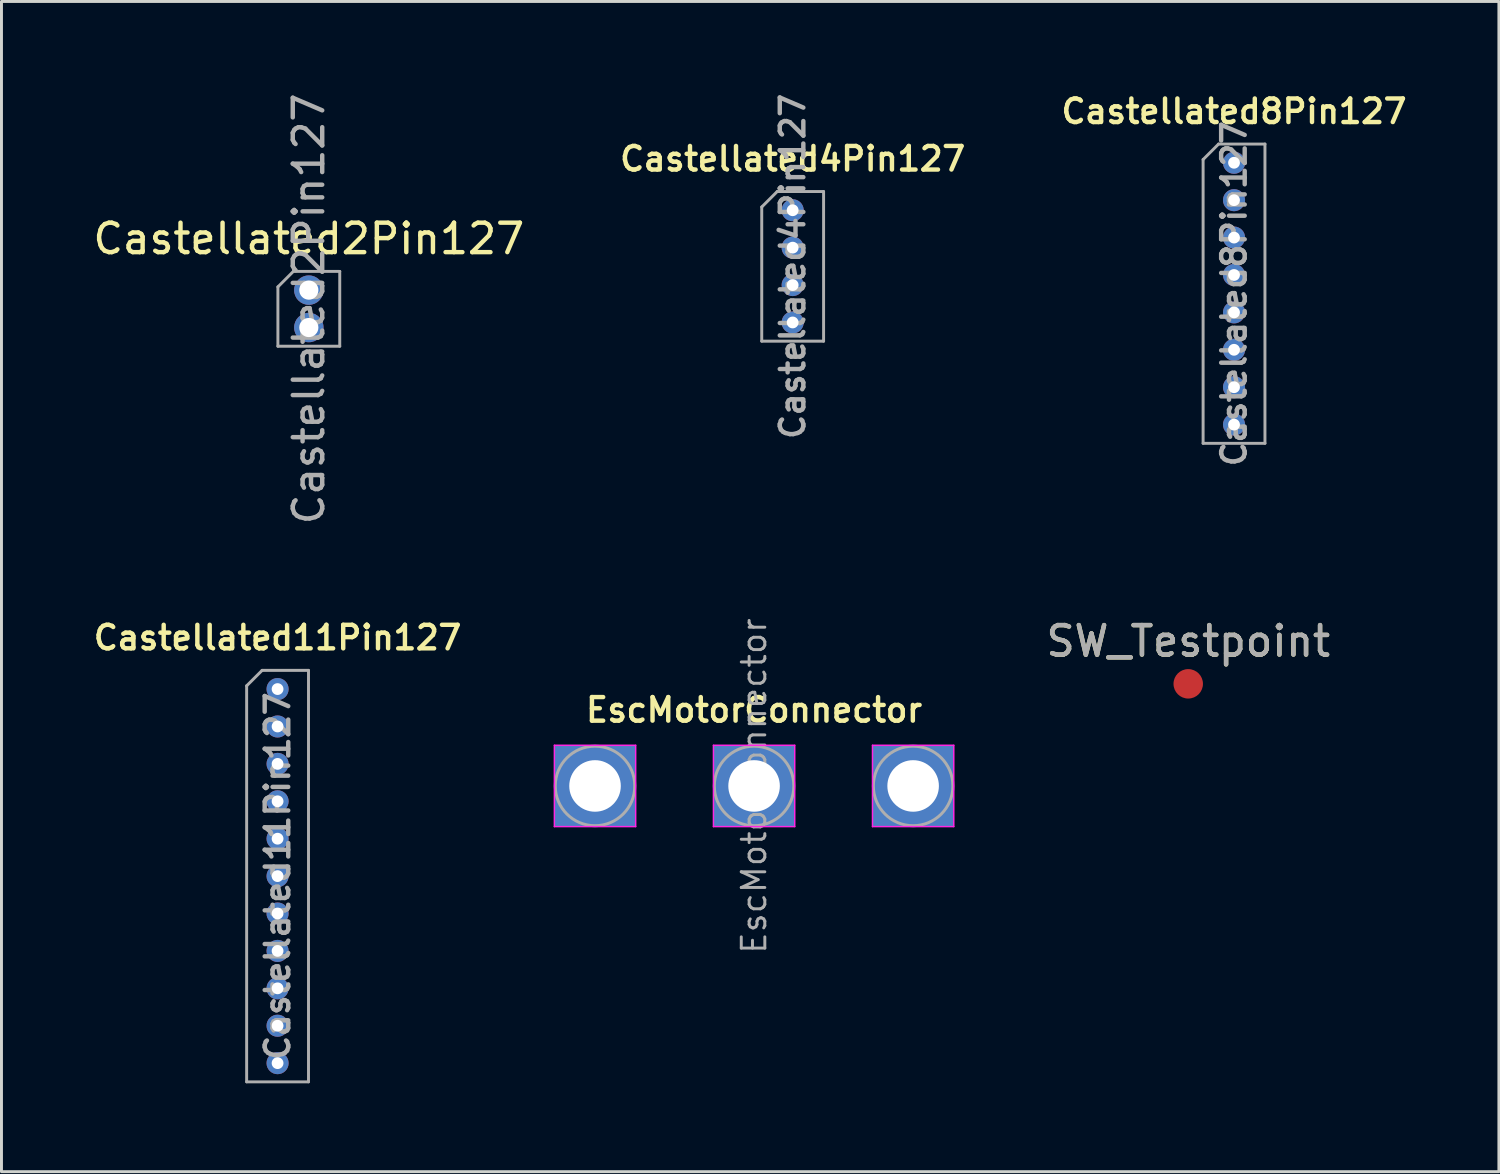
<source format=kicad_pcb>
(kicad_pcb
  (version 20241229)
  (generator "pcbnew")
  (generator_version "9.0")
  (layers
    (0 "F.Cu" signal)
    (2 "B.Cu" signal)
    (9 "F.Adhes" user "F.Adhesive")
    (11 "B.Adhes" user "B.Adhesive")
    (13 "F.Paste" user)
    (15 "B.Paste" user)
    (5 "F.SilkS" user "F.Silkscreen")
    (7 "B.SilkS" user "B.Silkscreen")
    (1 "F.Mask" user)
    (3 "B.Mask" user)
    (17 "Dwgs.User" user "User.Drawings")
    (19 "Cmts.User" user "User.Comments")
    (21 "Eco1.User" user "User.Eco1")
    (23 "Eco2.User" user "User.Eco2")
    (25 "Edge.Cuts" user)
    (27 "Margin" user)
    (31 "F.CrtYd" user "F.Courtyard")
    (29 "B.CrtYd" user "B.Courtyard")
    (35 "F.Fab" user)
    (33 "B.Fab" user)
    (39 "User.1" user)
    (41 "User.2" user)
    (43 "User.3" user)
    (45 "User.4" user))
  (footprint "SW_Testpoint"
    (layer "F.Cu")
    (at 37.292 20.167)
    (property "Reference" "SW_Testpoint" (at 0 -1.448 0) (layer "F.SilkS") (effects (font (size 1 1) (thickness 0.15))))
    (attr exclude_from_pos_files)
    (fp_text user "${REFERENCE}" (at 0 -1.45 0) (layer "F.Fab") (effects (font (size 1 1) (thickness 0.15))))
    (pad "1" smd circle (at 0 0) (size 1 1) (layers "F.Cu" "F.Mask")))
  (footprint "Castellated11Pin127"
    (layer "F.Cu")
    (at 6.374 20.345)
    (property "Reference" "Castellated11Pin127" (at 0 -1.745 0) (layer "F.SilkS") (effects (font (size 0.8 0.8) (thickness 0.15))))
    (attr through_hole exclude_from_pos_files exclude_from_bom)
    (fp_line (start -1.05 -0.11) (end -0.525 -0.635) (stroke (width 0.1) (type solid)) (layer "F.Fab"))
    (fp_line (start -1.05 13.335) (end -1.05 -0.11) (stroke (width 0.1) (type solid)) (layer "F.Fab"))
    (fp_line (start -0.525 -0.635) (end 1.05 -0.635) (stroke (width 0.1) (type solid)) (layer "F.Fab"))
    (fp_line (start 1.05 -0.635) (end 1.05 13.335) (stroke (width 0.1) (type solid)) (layer "F.Fab"))
    (fp_line (start 1.05 13.335) (end -1.05 13.335) (stroke (width 0.1) (type solid)) (layer "F.Fab"))
    (fp_text user "${REFERENCE}" (at 0 6.35 90) (layer "F.Fab") (effects (font (size 0.8 0.8) (thickness 0.15))))
    (pad "1" thru_hole circle (at 0 0) (size 0.75 0.75) (drill 0.4) (property pad_prop_castellated) (layers "*.Cu" "*.Mask"))
    (pad "2" thru_hole circle (at 0 1.27) (size 0.75 0.75) (drill 0.4) (property pad_prop_castellated) (layers "*.Cu" "*.Mask"))
    (pad "3" thru_hole circle (at 0 2.54) (size 0.75 0.75) (drill 0.4) (property pad_prop_castellated) (layers "*.Cu" "*.Mask"))
    (pad "4" thru_hole circle (at 0 3.81) (size 0.75 0.75) (drill 0.4) (property pad_prop_castellated) (layers "*.Cu" "*.Mask"))
    (pad "5" thru_hole circle (at 0 5.08) (size 0.75 0.75) (drill 0.4) (property pad_prop_castellated) (layers "*.Cu" "*.Mask"))
    (pad "6" thru_hole circle (at 0 6.35) (size 0.75 0.75) (drill 0.4) (property pad_prop_castellated) (layers "*.Cu" "*.Mask"))
    (pad "7" thru_hole circle (at 0 7.62) (size 0.75 0.75) (drill 0.4) (property pad_prop_castellated) (layers "*.Cu" "*.Mask"))
    (pad "8" thru_hole circle (at 0 8.89) (size 0.75 0.75) (drill 0.4) (property pad_prop_castellated) (layers "*.Cu" "*.Mask"))
    (pad "9" thru_hole circle (at 0 10.16) (size 0.75 0.75) (drill 0.4) (property pad_prop_castellated) (layers "*.Cu" "*.Mask"))
    (pad "10" thru_hole circle (at 0 11.43) (size 0.75 0.75) (drill 0.4) (property pad_prop_castellated) (layers "*.Cu" "*.Mask"))
    (pad "11" thru_hole circle (at 0 12.7) (size 0.75 0.75) (drill 0.4) (property pad_prop_castellated) (layers "*.Cu" "*.Mask")))
  (footprint "Castellated2Pin127"
    (layer "F.Cu")
    (at 7.435 6.8)
    (property "Reference" "Castellated2Pin127" (at 0 -1.745 180) (layer "F.SilkS") (effects (font (size 1 1) (thickness 0.15))))
    (attr through_hole)
    (fp_line (start -1.05 -0.11) (end -0.525 -0.635) (stroke (width 0.1) (type solid)) (layer "F.Fab"))
    (fp_line (start -1.05 1.905) (end -1.05 -0.11) (stroke (width 0.1) (type solid)) (layer "F.Fab"))
    (fp_line (start -0.525 -0.635) (end 1.05 -0.635) (stroke (width 0.1) (type solid)) (layer "F.Fab"))
    (fp_line (start 1.05 -0.635) (end 1.05 1.905) (stroke (width 0.1) (type solid)) (layer "F.Fab"))
    (fp_line (start 1.05 1.905) (end -1.05 1.905) (stroke (width 0.1) (type solid)) (layer "F.Fab"))
    (fp_text user "${REFERENCE}" (at 0 0.635 90) (layer "F.Fab") (effects (font (size 1 1) (thickness 0.15))))
    (pad "1" thru_hole circle (at 0 0) (size 1 1) (drill 0.65) (property pad_prop_castellated) (layers "*.Cu" "*.Mask"))
    (pad "2" thru_hole circle (at 0 1.27) (size 1 1) (drill 0.65) (property pad_prop_castellated) (layers "*.Cu" "*.Mask")))
  (footprint "Castellated4Pin127"
    (layer "F.Cu")
    (at 23.862 4.088)
    (property "Reference" "Castellated4Pin127" (at 0 -1.745 180) (layer "F.SilkS") (effects (font (size 0.8 0.8) (thickness 0.15))))
    (attr through_hole exclude_from_pos_files exclude_from_bom)
    (fp_line (start -1.05 -0.11) (end -0.525 -0.635) (stroke (width 0.1) (type solid)) (layer "F.Fab"))
    (fp_line (start -1.05 4.445) (end -1.05 -0.11) (stroke (width 0.1) (type solid)) (layer "F.Fab"))
    (fp_line (start -0.525 -0.635) (end 1.05 -0.635) (stroke (width 0.1) (type solid)) (layer "F.Fab"))
    (fp_line (start 1.05 -0.635) (end 1.05 4.445) (stroke (width 0.1) (type solid)) (layer "F.Fab"))
    (fp_line (start 1.05 4.445) (end -1.05 4.445) (stroke (width 0.1) (type solid)) (layer "F.Fab"))
    (fp_text user "${REFERENCE}" (at 0 1.905 90) (layer "F.Fab") (effects (font (size 0.8 0.8) (thickness 0.15))))
    (pad "1" thru_hole circle (at 0 0) (size 0.75 0.75) (drill 0.4) (property pad_prop_castellated) (layers "*.Cu" "*.Mask"))
    (pad "2" thru_hole circle (at 0 1.27) (size 0.75 0.75) (drill 0.4) (property pad_prop_castellated) (layers "*.Cu" "*.Mask"))
    (pad "3" thru_hole circle (at 0 2.54) (size 0.75 0.75) (drill 0.4) (property pad_prop_castellated) (layers "*.Cu" "*.Mask"))
    (pad "4" thru_hole circle (at 0 3.81) (size 0.75 0.75) (drill 0.4) (property pad_prop_castellated) (layers "*.Cu" "*.Mask")))
  (footprint "Castellated8Pin127"
    (layer "F.Cu")
    (at 38.847 2.476)
    (property "Reference" "Castellated8Pin127" (at 0 -1.745 0) (layer "F.SilkS") (effects (font (size 0.8 0.8) (thickness 0.15))))
    (attr through_hole exclude_from_pos_files exclude_from_bom)
    (fp_line (start -1.05 -0.11) (end -0.525 -0.635) (stroke (width 0.1) (type solid)) (layer "F.Fab"))
    (fp_line (start -1.05 9.525) (end -1.05 -0.11) (stroke (width 0.1) (type solid)) (layer "F.Fab"))
    (fp_line (start -0.525 -0.635) (end 1.05 -0.635) (stroke (width 0.1) (type solid)) (layer "F.Fab"))
    (fp_line (start 1.05 -0.635) (end 1.05 9.525) (stroke (width 0.1) (type solid)) (layer "F.Fab"))
    (fp_line (start 1.05 9.525) (end -1.05 9.525) (stroke (width 0.1) (type solid)) (layer "F.Fab"))
    (fp_text user "${REFERENCE}" (at 0 4.445 90) (layer "F.Fab") (effects (font (size 0.8 0.8) (thickness 0.15))))
    (pad "1" thru_hole circle (at 0 0) (size 0.75 0.75) (drill 0.4) (property pad_prop_castellated) (layers "*.Cu" "*.Mask"))
    (pad "2" thru_hole circle (at 0 1.27) (size 0.75 0.75) (drill 0.4) (property pad_prop_castellated) (layers "*.Cu" "*.Mask"))
    (pad "3" thru_hole circle (at 0 2.54) (size 0.75 0.75) (drill 0.4) (property pad_prop_castellated) (layers "*.Cu" "*.Mask"))
    (pad "4" thru_hole circle (at 0 3.81) (size 0.75 0.75) (drill 0.4) (property pad_prop_castellated) (layers "*.Cu" "*.Mask"))
    (pad "5" thru_hole circle (at 0 5.08) (size 0.75 0.75) (drill 0.4) (property pad_prop_castellated) (layers "*.Cu" "*.Mask"))
    (pad "6" thru_hole circle (at 0 6.35) (size 0.75 0.75) (drill 0.4) (property pad_prop_castellated) (layers "*.Cu" "*.Mask"))
    (pad "7" thru_hole circle (at 0 7.62) (size 0.75 0.75) (drill 0.4) (property pad_prop_castellated) (layers "*.Cu" "*.Mask"))
    (pad "8" thru_hole circle (at 0 8.89) (size 0.75 0.75) (drill 0.4) (property pad_prop_castellated) (layers "*.Cu" "*.Mask")))
  (footprint "EscMotorConnector"
    (layer "F.Cu")
    (at 17.152 23.634)
    (property "Reference" "EscMotorConnector" (at 5.4 -2.58 0) (layer "F.SilkS") (effects (font (size 0.8 0.8) (thickness 0.15))))
    (attr exclude_from_pos_files)
    (fp_line (start -1.38 -1.38) (end -1.38 1.38) (stroke (width 0.05) (type solid)) (layer "F.CrtYd"))
    (fp_line (start -1.38 1.38) (end 1.38 1.38) (stroke (width 0.05) (type solid)) (layer "F.CrtYd"))
    (fp_line (start 1.38 -1.38) (end -1.38 -1.38) (stroke (width 0.05) (type solid)) (layer "F.CrtYd"))
    (fp_line (start 1.38 1.38) (end 1.38 -1.38) (stroke (width 0.05) (type solid)) (layer "F.CrtYd"))
    (fp_line (start 4.02 -1.38) (end 4.02 1.38) (stroke (width 0.05) (type solid)) (layer "F.CrtYd"))
    (fp_line (start 4.02 1.38) (end 6.78 1.38) (stroke (width 0.05) (type solid)) (layer "F.CrtYd"))
    (fp_line (start 6.78 -1.38) (end 4.02 -1.38) (stroke (width 0.05) (type solid)) (layer "F.CrtYd"))
    (fp_line (start 6.78 1.38) (end 6.78 -1.38) (stroke (width 0.05) (type solid)) (layer "F.CrtYd"))
    (fp_line (start 9.42 -1.38) (end 9.42 1.38) (stroke (width 0.05) (type solid)) (layer "F.CrtYd"))
    (fp_line (start 9.42 1.38) (end 12.18 1.38) (stroke (width 0.05) (type solid)) (layer "F.CrtYd"))
    (fp_line (start 12.18 -1.38) (end 9.42 -1.38) (stroke (width 0.05) (type solid)) (layer "F.CrtYd"))
    (fp_line (start 12.18 1.38) (end 12.18 -1.38) (stroke (width 0.05) (type solid)) (layer "F.CrtYd"))
    (fp_circle (center 0 0) (end 1.35 0) (stroke (width 0.1) (type solid)) (fill no) (layer "F.Fab"))
    (fp_circle (center 5.4 0) (end 6.75 0) (stroke (width 0.1) (type solid)) (fill no) (layer "F.Fab"))
    (fp_circle (center 10.8 0) (end 12.15 0) (stroke (width 0.1) (type solid)) (fill no) (layer "F.Fab"))
    (fp_text user "${REFERENCE}" (at 5.4 0 270) (layer "F.Fab") (effects (font (size 0.8 0.8) (thickness 0.1))))
    (pad "1" thru_hole rect (at 0 0) (size 2.75 2.75) (drill 1.75) (property pad_prop_castellated) (layers "*.Cu" "*.Mask"))
    (pad "2" thru_hole rect (at 5.4 0) (size 2.75 2.75) (drill 1.75) (property pad_prop_castellated) (layers "*.Cu" "*.Mask"))
    (pad "3" thru_hole rect (at 10.8 0) (size 2.75 2.75) (drill 1.75) (property pad_prop_castellated) (layers "*.Cu" "*.Mask")))
  (gr_rect
    (start -3 -3)
    (end 47.84 36.73)
    (stroke (width 0.1) (type default))
    (fill no)
    (layer "Edge.Cuts")))
</source>
